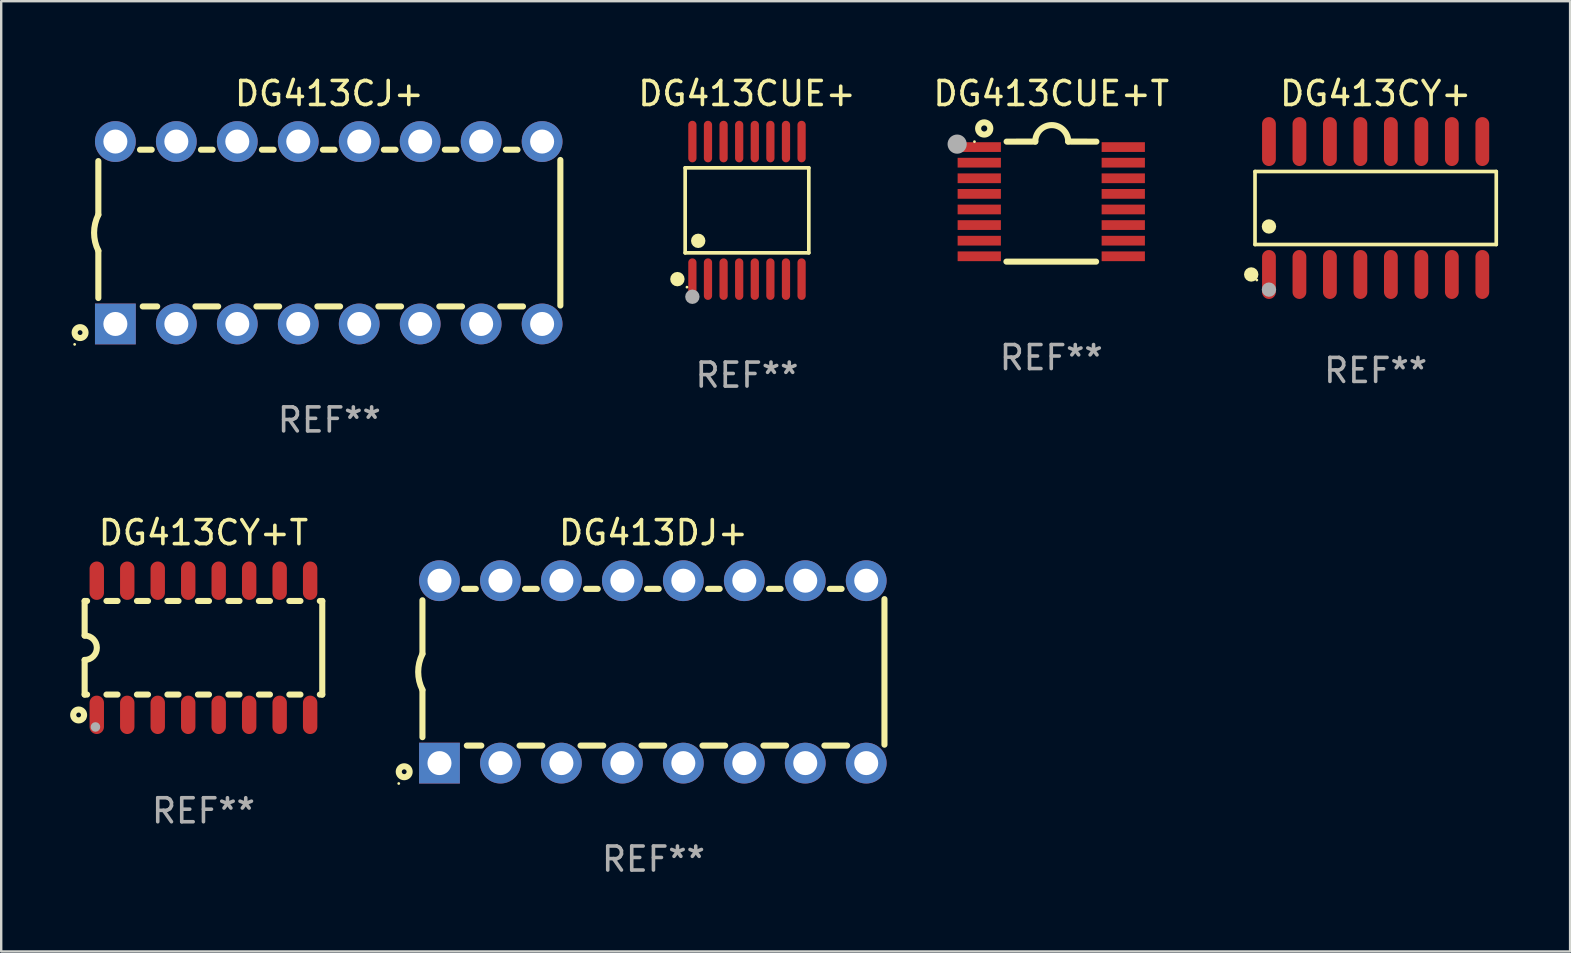
<source format=kicad_pcb>
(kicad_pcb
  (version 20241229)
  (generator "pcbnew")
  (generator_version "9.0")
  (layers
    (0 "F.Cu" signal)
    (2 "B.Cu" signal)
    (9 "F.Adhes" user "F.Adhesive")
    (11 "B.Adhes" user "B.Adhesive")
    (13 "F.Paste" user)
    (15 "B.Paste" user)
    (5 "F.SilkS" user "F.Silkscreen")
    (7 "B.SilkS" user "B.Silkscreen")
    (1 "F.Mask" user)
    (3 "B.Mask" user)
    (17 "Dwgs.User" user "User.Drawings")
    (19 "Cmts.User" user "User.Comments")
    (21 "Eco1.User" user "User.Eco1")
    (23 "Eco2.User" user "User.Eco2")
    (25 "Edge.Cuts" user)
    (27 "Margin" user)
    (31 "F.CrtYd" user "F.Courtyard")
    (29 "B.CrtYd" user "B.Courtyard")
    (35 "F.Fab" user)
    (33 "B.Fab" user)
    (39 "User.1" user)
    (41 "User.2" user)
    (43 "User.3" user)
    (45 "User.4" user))
  (footprint "DG413DJ+"
    (layer "F.Cu")
    (at 24.176 24.945)
    (property "Reference" "DG413DJ+" (at 0 -5.8 0) (layer "F.SilkS") (effects (font (size 1 1) (thickness 0.15))))
    (attr through_hole)
    (fp_line (start -9.625 -0.75) (end -9.625 -2.985) (stroke (width 0.254) (type solid)) (layer "F.SilkS"))
    (fp_line (start -9.625 0.749) (end -9.625 2.719) (stroke (width 0.254) (type solid)) (layer "F.SilkS"))
    (fp_line (start -7.889 -3.46) (end -7.401 -3.46) (stroke (width 0.254) (type solid)) (layer "F.SilkS"))
    (fp_line (start -7.775 3.07) (end -7.172 3.07) (stroke (width 0.254) (type solid)) (layer "F.SilkS"))
    (fp_line (start -5.578 3.07) (end -4.632 3.07) (stroke (width 0.254) (type solid)) (layer "F.SilkS"))
    (fp_line (start -5.349 -3.46) (end -4.861 -3.46) (stroke (width 0.254) (type solid)) (layer "F.SilkS"))
    (fp_line (start -3.038 3.07) (end -2.092 3.07) (stroke (width 0.254) (type solid)) (layer "F.SilkS"))
    (fp_line (start -2.809 -3.46) (end -2.321 -3.46) (stroke (width 0.254) (type solid)) (layer "F.SilkS"))
    (fp_line (start -0.498 3.07) (end 0.448 3.07) (stroke (width 0.254) (type solid)) (layer "F.SilkS"))
    (fp_line (start -0.269 -3.46) (end 0.219 -3.46) (stroke (width 0.254) (type solid)) (layer "F.SilkS"))
    (fp_line (start 2.042 3.07) (end 2.988 3.07) (stroke (width 0.254) (type solid)) (layer "F.SilkS"))
    (fp_line (start 2.271 -3.46) (end 2.759 -3.46) (stroke (width 0.254) (type solid)) (layer "F.SilkS"))
    (fp_line (start 4.582 3.07) (end 5.528 3.07) (stroke (width 0.254) (type solid)) (layer "F.SilkS"))
    (fp_line (start 4.811 -3.46) (end 5.299 -3.46) (stroke (width 0.254) (type solid)) (layer "F.SilkS"))
    (fp_line (start 7.122 3.07) (end 8.068 3.07) (stroke (width 0.254) (type solid)) (layer "F.SilkS"))
    (fp_line (start 7.351 -3.46) (end 7.839 -3.46) (stroke (width 0.254) (type solid)) (layer "F.SilkS"))
    (fp_line (start 9.625 3.032) (end 9.625 -3.032) (stroke (width 0.254) (type solid)) (layer "F.SilkS"))
    (fp_arc (start -9.62498 0.748819) (mid -9.801899 -0.000581) (end -9.625006 -0.749987) (stroke (width 0.254001) (type solid)) (layer "F.SilkS"))
    (fp_circle (center -10.612 4.65) (end -10.582 4.65) (stroke (width 0.06) (type solid)) (fill no) (layer "F.SilkS"))
    (fp_circle (center -10.385 4.16) (end -10.285 4.16) (stroke (width 0.254) (type solid)) (fill no) (layer "F.SilkS"))
    (fp_text user "REF**" (at 0 7.8 0) (layer "F.Fab") (effects (font (size 1 1) (thickness 0.15))))
    (pad "1" thru_hole rect (at -8.915 3.8 90) (size 1.7 1.7) (drill 1) (layers "*.Cu" "*.Mask"))
    (pad "2" thru_hole circle (at -6.375 3.8) (size 1.7 1.7) (drill 1) (layers "*.Cu" "*.Mask"))
    (pad "3" thru_hole circle (at -3.835 3.8) (size 1.7 1.7) (drill 1) (layers "*.Cu" "*.Mask"))
    (pad "4" thru_hole circle (at -1.295 3.8) (size 1.7 1.7) (drill 1) (layers "*.Cu" "*.Mask"))
    (pad "5" thru_hole circle (at 1.245 3.8) (size 1.7 1.7) (drill 1) (layers "*.Cu" "*.Mask"))
    (pad "6" thru_hole circle (at 3.785 3.8) (size 1.7 1.7) (drill 1) (layers "*.Cu" "*.Mask"))
    (pad "7" thru_hole circle (at 6.325 3.8) (size 1.7 1.7) (drill 1) (layers "*.Cu" "*.Mask"))
    (pad "8" thru_hole circle (at 8.865 3.8) (size 1.7 1.7) (drill 1) (layers "*.Cu" "*.Mask"))
    (pad "9" thru_hole circle (at 8.865 -3.8) (size 1.7 1.7) (drill 1) (layers "*.Cu" "*.Mask"))
    (pad "10" thru_hole circle (at 6.325 -3.8) (size 1.7 1.7) (drill 1) (layers "*.Cu" "*.Mask"))
    (pad "11" thru_hole circle (at 3.785 -3.8) (size 1.7 1.7) (drill 1) (layers "*.Cu" "*.Mask"))
    (pad "12" thru_hole circle (at 1.245 -3.8) (size 1.7 1.7) (drill 1) (layers "*.Cu" "*.Mask"))
    (pad "13" thru_hole circle (at -1.295 -3.8) (size 1.7 1.7) (drill 1) (layers "*.Cu" "*.Mask"))
    (pad "14" thru_hole circle (at -3.835 -3.8) (size 1.7 1.7) (drill 1) (layers "*.Cu" "*.Mask"))
    (pad "15" thru_hole circle (at -6.375 -3.8) (size 1.7 1.7) (drill 1) (layers "*.Cu" "*.Mask"))
    (pad "16" thru_hole circle (at -8.915 -3.8) (size 1.7 1.7) (drill 1) (layers "*.Cu" "*.Mask")))
  (footprint "DG413CY+"
    (layer "F.Cu")
    (at 54.266 5.617)
    (property "Reference" "DG413CY+" (at 0 -4.769 0) (layer "F.SilkS") (effects (font (size 1 1) (thickness 0.15))))
    (attr through_hole)
    (fp_line (start -5.026 -1.521) (end 5.026 -1.521) (stroke (width 0.152) (type solid)) (layer "F.SilkS"))
    (fp_line (start -5.026 1.521) (end -5.026 -1.521) (stroke (width 0.152) (type solid)) (layer "F.SilkS"))
    (fp_line (start 5.026 -1.521) (end 5.026 1.521) (stroke (width 0.152) (type solid)) (layer "F.SilkS"))
    (fp_line (start 5.026 1.521) (end -5.026 1.521) (stroke (width 0.152) (type solid)) (layer "F.SilkS"))
    (fp_circle (center -5.184 2.769) (end -5.034 2.769) (stroke (width 0.3) (type solid)) (fill no) (layer "F.SilkS"))
    (fp_circle (center -4.95 3) (end -4.92 3) (stroke (width 0.06) (type solid)) (fill no) (layer "F.SilkS"))
    (fp_circle (center -4.445 0.769) (end -4.295 0.769) (stroke (width 0.3) (type solid)) (fill no) (layer "F.SilkS"))
    (fp_circle (center -4.445 3.4) (end -4.295 3.4) (stroke (width 0.3) (type solid)) (fill no) (layer "F.Fab"))
    (fp_text user "REF**" (at 0 6.769 0) (layer "F.Fab") (effects (font (size 1 1) (thickness 0.15))))
    (pad "1" smd oval (at -4.445 2.769) (size 0.574 2.038) (layers "F.Cu" "F.Mask" "F.Paste"))
    (pad "2" smd oval (at -3.175 2.769) (size 0.574 2.038) (layers "F.Cu" "F.Mask" "F.Paste"))
    (pad "3" smd oval (at -1.905 2.769) (size 0.574 2.038) (layers "F.Cu" "F.Mask" "F.Paste"))
    (pad "4" smd oval (at -0.635 2.769) (size 0.574 2.038) (layers "F.Cu" "F.Mask" "F.Paste"))
    (pad "5" smd oval (at 0.635 2.769) (size 0.574 2.038) (layers "F.Cu" "F.Mask" "F.Paste"))
    (pad "6" smd oval (at 1.905 2.769) (size 0.574 2.038) (layers "F.Cu" "F.Mask" "F.Paste"))
    (pad "7" smd oval (at 3.175 2.769) (size 0.574 2.038) (layers "F.Cu" "F.Mask" "F.Paste"))
    (pad "8" smd oval (at 4.445 2.769) (size 0.574 2.038) (layers "F.Cu" "F.Mask" "F.Paste"))
    (pad "9" smd oval (at 4.445 -2.769) (size 0.574 2.038) (layers "F.Cu" "F.Mask" "F.Paste"))
    (pad "10" smd oval (at 3.175 -2.769) (size 0.574 2.038) (layers "F.Cu" "F.Mask" "F.Paste"))
    (pad "11" smd oval (at 1.905 -2.769) (size 0.574 2.038) (layers "F.Cu" "F.Mask" "F.Paste"))
    (pad "12" smd oval (at 0.635 -2.769) (size 0.574 2.038) (layers "F.Cu" "F.Mask" "F.Paste"))
    (pad "13" smd oval (at -0.635 -2.769) (size 0.574 2.038) (layers "F.Cu" "F.Mask" "F.Paste"))
    (pad "14" smd oval (at -1.905 -2.769) (size 0.574 2.038) (layers "F.Cu" "F.Mask" "F.Paste"))
    (pad "15" smd oval (at -3.175 -2.769) (size 0.574 2.038) (layers "F.Cu" "F.Mask" "F.Paste"))
    (pad "16" smd oval (at -4.445 -2.769) (size 0.574 2.038) (layers "F.Cu" "F.Mask" "F.Paste")))
  (footprint "DG413CUE+T"
    (layer "F.Cu")
    (at 40.751 5.35)
    (property "Reference" "DG413CUE+T" (at 0 -4.501 0) (layer "F.SilkS") (effects (font (size 1 1) (thickness 0.15))))
    (attr through_hole)
    (fp_line (start -1.868 2.501) (end 1.868 2.501) (stroke (width 0.254) (type solid)) (layer "F.SilkS"))
    (fp_line (start -1.86 -2.499) (end -0.666 -2.501) (stroke (width 0.254) (type solid)) (layer "F.SilkS"))
    (fp_line (start 0.706 -2.501) (end 1.88 -2.499) (stroke (width 0.254) (type solid)) (layer "F.SilkS"))
    (fp_arc (start -0.665914 -2.501448) (mid 0.019888 -3.18725) (end 0.70569 -2.501448) (stroke (width 0.254001) (type solid)) (layer "F.SilkS"))
    (fp_circle (center -3.2 -2.497) (end -3.17 -2.497) (stroke (width 0.06) (type solid)) (fill no) (layer "F.SilkS"))
    (fp_circle (center -2.794 -3.047) (end -2.54 -3.047) (stroke (width 0.254) (type solid)) (fill no) (layer "F.SilkS"))
    (fp_circle (center -3.921 -2.395) (end -3.721 -2.395) (stroke (width 0.4) (type solid)) (fill no) (layer "F.Fab"))
    (fp_text user "REF**" (at 0 6.501 0) (layer "F.Fab") (effects (font (size 1 1) (thickness 0.15))))
    (pad "1" smd rect (at -3 -2.272) (size 1.803 0.406) (layers "F.Cu" "F.Mask" "F.Paste"))
    (pad "2" smd rect (at -3 -1.622) (size 1.803 0.406) (layers "F.Cu" "F.Mask" "F.Paste"))
    (pad "3" smd rect (at -3 -0.972) (size 1.803 0.406) (layers "F.Cu" "F.Mask" "F.Paste"))
    (pad "4" smd rect (at -3 -0.322) (size 1.803 0.406) (layers "F.Cu" "F.Mask" "F.Paste"))
    (pad "5" smd rect (at -3 0.328) (size 1.803 0.406) (layers "F.Cu" "F.Mask" "F.Paste"))
    (pad "6" smd rect (at -3 0.978) (size 1.803 0.406) (layers "F.Cu" "F.Mask" "F.Paste"))
    (pad "7" smd rect (at -3 1.628) (size 1.803 0.406) (layers "F.Cu" "F.Mask" "F.Paste"))
    (pad "8" smd rect (at -3 2.278) (size 1.803 0.406) (layers "F.Cu" "F.Mask" "F.Paste"))
    (pad "9" smd rect (at 3 2.278) (size 1.803 0.406) (layers "F.Cu" "F.Mask" "F.Paste"))
    (pad "10" smd rect (at 3 1.628) (size 1.803 0.406) (layers "F.Cu" "F.Mask" "F.Paste"))
    (pad "11" smd rect (at 3 0.978) (size 1.803 0.406) (layers "F.Cu" "F.Mask" "F.Paste"))
    (pad "12" smd rect (at 3 0.328) (size 1.803 0.406) (layers "F.Cu" "F.Mask" "F.Paste"))
    (pad "13" smd rect (at 3 -0.322) (size 1.803 0.406) (layers "F.Cu" "F.Mask" "F.Paste"))
    (pad "14" smd rect (at 3 -0.972) (size 1.803 0.406) (layers "F.Cu" "F.Mask" "F.Paste"))
    (pad "15" smd rect (at 3 -1.622) (size 1.803 0.406) (layers "F.Cu" "F.Mask" "F.Paste"))
    (pad "16" smd rect (at 3 -2.272) (size 1.803 0.406) (layers "F.Cu" "F.Mask" "F.Paste")))
  (footprint "DG413CUE+"
    (layer "F.Cu")
    (at 28.073 5.714)
    (property "Reference" "DG413CUE+" (at 0 -4.866 0) (layer "F.SilkS") (effects (font (size 1 1) (thickness 0.15))))
    (attr through_hole)
    (fp_line (start -2.576 -1.772) (end 2.576 -1.772) (stroke (width 0.152) (type solid)) (layer "F.SilkS"))
    (fp_line (start -2.576 1.771) (end -2.576 -1.772) (stroke (width 0.152) (type solid)) (layer "F.SilkS"))
    (fp_line (start 2.576 -1.772) (end 2.576 1.771) (stroke (width 0.152) (type solid)) (layer "F.SilkS"))
    (fp_line (start 2.576 1.771) (end -2.576 1.771) (stroke (width 0.152) (type solid)) (layer "F.SilkS"))
    (fp_circle (center -2.899 2.866) (end -2.749 2.866) (stroke (width 0.3) (type solid)) (fill no) (layer "F.SilkS"))
    (fp_circle (center -2.5 3.2) (end -2.47 3.2) (stroke (width 0.06) (type solid)) (fill no) (layer "F.SilkS"))
    (fp_circle (center -2.032 1.27) (end -1.882 1.27) (stroke (width 0.3) (type solid)) (fill no) (layer "F.SilkS"))
    (fp_circle (center -2.275 3.6) (end -2.125 3.6) (stroke (width 0.3) (type solid)) (fill no) (layer "F.Fab"))
    (fp_text user "REF**" (at 0 6.866 0) (layer "F.Fab") (effects (font (size 1 1) (thickness 0.15))))
    (pad "1" smd oval (at -2.275 2.866) (size 0.343 1.731) (layers "F.Cu" "F.Mask" "F.Paste"))
    (pad "2" smd oval (at -1.625 2.866) (size 0.343 1.731) (layers "F.Cu" "F.Mask" "F.Paste"))
    (pad "3" smd oval (at -0.975 2.866) (size 0.343 1.731) (layers "F.Cu" "F.Mask" "F.Paste"))
    (pad "4" smd oval (at -0.325 2.866) (size 0.343 1.731) (layers "F.Cu" "F.Mask" "F.Paste"))
    (pad "5" smd oval (at 0.325 2.866) (size 0.343 1.731) (layers "F.Cu" "F.Mask" "F.Paste"))
    (pad "6" smd oval (at 0.975 2.866) (size 0.343 1.731) (layers "F.Cu" "F.Mask" "F.Paste"))
    (pad "7" smd oval (at 1.625 2.866) (size 0.343 1.731) (layers "F.Cu" "F.Mask" "F.Paste"))
    (pad "8" smd oval (at 2.275 2.866) (size 0.343 1.731) (layers "F.Cu" "F.Mask" "F.Paste"))
    (pad "9" smd oval (at 2.275 -2.866) (size 0.343 1.731) (layers "F.Cu" "F.Mask" "F.Paste"))
    (pad "10" smd oval (at 1.625 -2.866) (size 0.343 1.731) (layers "F.Cu" "F.Mask" "F.Paste"))
    (pad "11" smd oval (at 0.975 -2.866) (size 0.343 1.731) (layers "F.Cu" "F.Mask" "F.Paste"))
    (pad "12" smd oval (at 0.325 -2.866) (size 0.343 1.731) (layers "F.Cu" "F.Mask" "F.Paste"))
    (pad "13" smd oval (at -0.325 -2.866) (size 0.343 1.731) (layers "F.Cu" "F.Mask" "F.Paste"))
    (pad "14" smd oval (at -0.975 -2.866) (size 0.343 1.731) (layers "F.Cu" "F.Mask" "F.Paste"))
    (pad "15" smd oval (at -1.625 -2.866) (size 0.343 1.731) (layers "F.Cu" "F.Mask" "F.Paste"))
    (pad "16" smd oval (at -2.275 -2.866) (size 0.343 1.731) (layers "F.Cu" "F.Mask" "F.Paste")))
  (footprint "DG413CY+T"
    (layer "F.Cu")
    (at 5.427 23.939)
    (property "Reference" "DG413CY+T" (at 0 -4.794 0) (layer "F.SilkS") (effects (font (size 1 1) (thickness 0.15))))
    (attr through_hole)
    (fp_line (start -4.95 -1.95) (end -4.95 -0.508) (stroke (width 0.254) (type solid)) (layer "F.SilkS"))
    (fp_line (start -4.95 -1.95) (end -4.849 -1.95) (stroke (width 0.254) (type solid)) (layer "F.SilkS"))
    (fp_line (start -4.95 1.95) (end -4.95 0.508) (stroke (width 0.254) (type solid)) (layer "F.SilkS"))
    (fp_line (start -4.95 1.95) (end -4.849 1.95) (stroke (width 0.254) (type solid)) (layer "F.SilkS"))
    (fp_line (start -4.041 -1.95) (end -3.579 -1.95) (stroke (width 0.254) (type solid)) (layer "F.SilkS"))
    (fp_line (start -4.041 1.95) (end -3.579 1.95) (stroke (width 0.254) (type solid)) (layer "F.SilkS"))
    (fp_line (start -2.771 -1.95) (end -2.309 -1.95) (stroke (width 0.254) (type solid)) (layer "F.SilkS"))
    (fp_line (start -2.771 1.95) (end -2.309 1.95) (stroke (width 0.254) (type solid)) (layer "F.SilkS"))
    (fp_line (start -1.501 -1.95) (end -1.039 -1.95) (stroke (width 0.254) (type solid)) (layer "F.SilkS"))
    (fp_line (start -1.501 1.95) (end -1.039 1.95) (stroke (width 0.254) (type solid)) (layer "F.SilkS"))
    (fp_line (start -0.231 -1.95) (end 0.231 -1.95) (stroke (width 0.254) (type solid)) (layer "F.SilkS"))
    (fp_line (start -0.231 1.95) (end 0.231 1.95) (stroke (width 0.254) (type solid)) (layer "F.SilkS"))
    (fp_line (start 1.039 -1.95) (end 1.501 -1.95) (stroke (width 0.254) (type solid)) (layer "F.SilkS"))
    (fp_line (start 1.039 1.95) (end 1.501 1.95) (stroke (width 0.254) (type solid)) (layer "F.SilkS"))
    (fp_line (start 2.309 -1.95) (end 2.771 -1.95) (stroke (width 0.254) (type solid)) (layer "F.SilkS"))
    (fp_line (start 2.309 1.95) (end 2.771 1.95) (stroke (width 0.254) (type solid)) (layer "F.SilkS"))
    (fp_line (start 3.579 -1.95) (end 4.041 -1.95) (stroke (width 0.254) (type solid)) (layer "F.SilkS"))
    (fp_line (start 3.579 1.95) (end 4.041 1.95) (stroke (width 0.254) (type solid)) (layer "F.SilkS"))
    (fp_line (start 4.849 -1.95) (end 4.95 -1.95) (stroke (width 0.254) (type solid)) (layer "F.SilkS"))
    (fp_line (start 4.849 1.95) (end 4.95 1.95) (stroke (width 0.254) (type solid)) (layer "F.SilkS"))
    (fp_line (start 4.95 -1.95) (end 4.95 1.95) (stroke (width 0.254) (type solid)) (layer "F.SilkS"))
    (fp_arc (start -4.95047 -0.508001) (mid -4.442469 -0.000228) (end -4.950013 0.508001) (stroke (width 0.254001) (type solid)) (layer "F.SilkS"))
    (fp_circle (center -5.2 2.8) (end -5.1 2.8) (stroke (width 0.254) (type solid)) (fill no) (layer "F.SilkS"))
    (fp_circle (center -4.95 2.947) (end -4.92 2.947) (stroke (width 0.06) (type solid)) (fill no) (layer "F.SilkS"))
    (fp_circle (center -4.5 3.3) (end -4.4 3.3) (stroke (width 0.2) (type solid)) (fill no) (layer "F.Fab"))
    (fp_text user "REF**" (at 0 6.794 0) (layer "F.Fab") (effects (font (size 1 1) (thickness 0.15))))
    (pad "1" smd oval (at -4.445 2.794) (size 0.6 1.6) (layers "F.Cu" "F.Mask" "F.Paste"))
    (pad "2" smd oval (at -3.175 2.794) (size 0.6 1.6) (layers "F.Cu" "F.Mask" "F.Paste"))
    (pad "3" smd oval (at -1.905 2.794) (size 0.6 1.6) (layers "F.Cu" "F.Mask" "F.Paste"))
    (pad "4" smd oval (at -0.635 2.794) (size 0.6 1.6) (layers "F.Cu" "F.Mask" "F.Paste"))
    (pad "5" smd oval (at 0.635 2.794) (size 0.6 1.6) (layers "F.Cu" "F.Mask" "F.Paste"))
    (pad "6" smd oval (at 1.905 2.794) (size 0.6 1.6) (layers "F.Cu" "F.Mask" "F.Paste"))
    (pad "7" smd oval (at 3.175 2.794) (size 0.6 1.6) (layers "F.Cu" "F.Mask" "F.Paste"))
    (pad "8" smd oval (at 4.445 2.794) (size 0.6 1.6) (layers "F.Cu" "F.Mask" "F.Paste"))
    (pad "9" smd oval (at 4.445 -2.794) (size 0.6 1.6) (layers "F.Cu" "F.Mask" "F.Paste"))
    (pad "10" smd oval (at 3.175 -2.794) (size 0.6 1.6) (layers "F.Cu" "F.Mask" "F.Paste"))
    (pad "11" smd oval (at 1.905 -2.794) (size 0.6 1.6) (layers "F.Cu" "F.Mask" "F.Paste"))
    (pad "12" smd oval (at 0.635 -2.794) (size 0.6 1.6) (layers "F.Cu" "F.Mask" "F.Paste"))
    (pad "13" smd oval (at -0.635 -2.794) (size 0.6 1.6) (layers "F.Cu" "F.Mask" "F.Paste"))
    (pad "14" smd oval (at -1.905 -2.794) (size 0.6 1.6) (layers "F.Cu" "F.Mask" "F.Paste"))
    (pad "15" smd oval (at -3.175 -2.794) (size 0.6 1.6) (layers "F.Cu" "F.Mask" "F.Paste"))
    (pad "16" smd oval (at -4.445 -2.794) (size 0.6 1.6) (layers "F.Cu" "F.Mask" "F.Paste")))
  (footprint "DG413CJ+"
    (layer "F.Cu")
    (at 10.672 6.648)
    (property "Reference" "DG413CJ+" (at 0 -5.8 0) (layer "F.SilkS") (effects (font (size 1 1) (thickness 0.15))))
    (attr through_hole)
    (fp_line (start -9.625 -0.75) (end -9.625 -2.986) (stroke (width 0.254) (type solid)) (layer "F.SilkS"))
    (fp_line (start -9.625 0.749) (end -9.625 2.719) (stroke (width 0.254) (type solid)) (layer "F.SilkS"))
    (fp_line (start -7.889 -3.46) (end -7.401 -3.46) (stroke (width 0.254) (type solid)) (layer "F.SilkS"))
    (fp_line (start -7.775 3.07) (end -7.172 3.07) (stroke (width 0.254) (type solid)) (layer "F.SilkS"))
    (fp_line (start -5.578 3.07) (end -4.632 3.07) (stroke (width 0.254) (type solid)) (layer "F.SilkS"))
    (fp_line (start -5.349 -3.46) (end -4.861 -3.46) (stroke (width 0.254) (type solid)) (layer "F.SilkS"))
    (fp_line (start -3.038 3.07) (end -2.092 3.07) (stroke (width 0.254) (type solid)) (layer "F.SilkS"))
    (fp_line (start -2.809 -3.46) (end -2.321 -3.46) (stroke (width 0.254) (type solid)) (layer "F.SilkS"))
    (fp_line (start -0.498 3.07) (end 0.448 3.07) (stroke (width 0.254) (type solid)) (layer "F.SilkS"))
    (fp_line (start -0.269 -3.46) (end 0.219 -3.46) (stroke (width 0.254) (type solid)) (layer "F.SilkS"))
    (fp_line (start 2.042 3.07) (end 2.988 3.07) (stroke (width 0.254) (type solid)) (layer "F.SilkS"))
    (fp_line (start 2.271 -3.46) (end 2.759 -3.46) (stroke (width 0.254) (type solid)) (layer "F.SilkS"))
    (fp_line (start 4.582 3.07) (end 5.528 3.07) (stroke (width 0.254) (type solid)) (layer "F.SilkS"))
    (fp_line (start 4.811 -3.46) (end 5.299 -3.46) (stroke (width 0.254) (type solid)) (layer "F.SilkS"))
    (fp_line (start 7.122 3.07) (end 8.068 3.07) (stroke (width 0.254) (type solid)) (layer "F.SilkS"))
    (fp_line (start 7.351 -3.46) (end 7.839 -3.46) (stroke (width 0.254) (type solid)) (layer "F.SilkS"))
    (fp_line (start 9.625 3.032) (end 9.625 -3.032) (stroke (width 0.254) (type solid)) (layer "F.SilkS"))
    (fp_arc (start -9.624993 0.748819) (mid -9.801912 -0.000581) (end -9.625019 -0.749987) (stroke (width 0.254001) (type solid)) (layer "F.SilkS"))
    (fp_circle (center -10.612 4.65) (end -10.582 4.65) (stroke (width 0.06) (type solid)) (fill no) (layer "F.SilkS"))
    (fp_circle (center -10.385 4.16) (end -10.285 4.16) (stroke (width 0.254) (type solid)) (fill no) (layer "F.SilkS"))
    (fp_text user "REF**" (at 0 7.8 0) (layer "F.Fab") (effects (font (size 1 1) (thickness 0.15))))
    (pad "1" thru_hole rect (at -8.915 3.8 90) (size 1.7 1.7) (drill 1) (layers "*.Cu" "*.Mask"))
    (pad "2" thru_hole circle (at -6.375 3.8) (size 1.7 1.7) (drill 1) (layers "*.Cu" "*.Mask"))
    (pad "3" thru_hole circle (at -3.835 3.8) (size 1.7 1.7) (drill 1) (layers "*.Cu" "*.Mask"))
    (pad "4" thru_hole circle (at -1.295 3.8) (size 1.7 1.7) (drill 1) (layers "*.Cu" "*.Mask"))
    (pad "5" thru_hole circle (at 1.245 3.8) (size 1.7 1.7) (drill 1) (layers "*.Cu" "*.Mask"))
    (pad "6" thru_hole circle (at 3.785 3.8) (size 1.7 1.7) (drill 1) (layers "*.Cu" "*.Mask"))
    (pad "7" thru_hole circle (at 6.325 3.8) (size 1.7 1.7) (drill 1) (layers "*.Cu" "*.Mask"))
    (pad "8" thru_hole circle (at 8.865 3.8) (size 1.7 1.7) (drill 1) (layers "*.Cu" "*.Mask"))
    (pad "9" thru_hole circle (at 8.865 -3.8) (size 1.7 1.7) (drill 1) (layers "*.Cu" "*.Mask"))
    (pad "10" thru_hole circle (at 6.325 -3.8) (size 1.7 1.7) (drill 1) (layers "*.Cu" "*.Mask"))
    (pad "11" thru_hole circle (at 3.785 -3.8) (size 1.7 1.7) (drill 1) (layers "*.Cu" "*.Mask"))
    (pad "12" thru_hole circle (at 1.245 -3.8) (size 1.7 1.7) (drill 1) (layers "*.Cu" "*.Mask"))
    (pad "13" thru_hole circle (at -1.295 -3.8) (size 1.7 1.7) (drill 1) (layers "*.Cu" "*.Mask"))
    (pad "14" thru_hole circle (at -3.835 -3.8) (size 1.7 1.7) (drill 1) (layers "*.Cu" "*.Mask"))
    (pad "15" thru_hole circle (at -6.375 -3.8) (size 1.7 1.7) (drill 1) (layers "*.Cu" "*.Mask"))
    (pad "16" thru_hole circle (at -8.915 -3.8) (size 1.7 1.7) (drill 1) (layers "*.Cu" "*.Mask")))
  (gr_rect
    (start -3 -3)
    (end 62.368 36.593)
    (stroke (width 0.1) (type default))
    (fill no)
    (layer "Edge.Cuts")))
</source>
